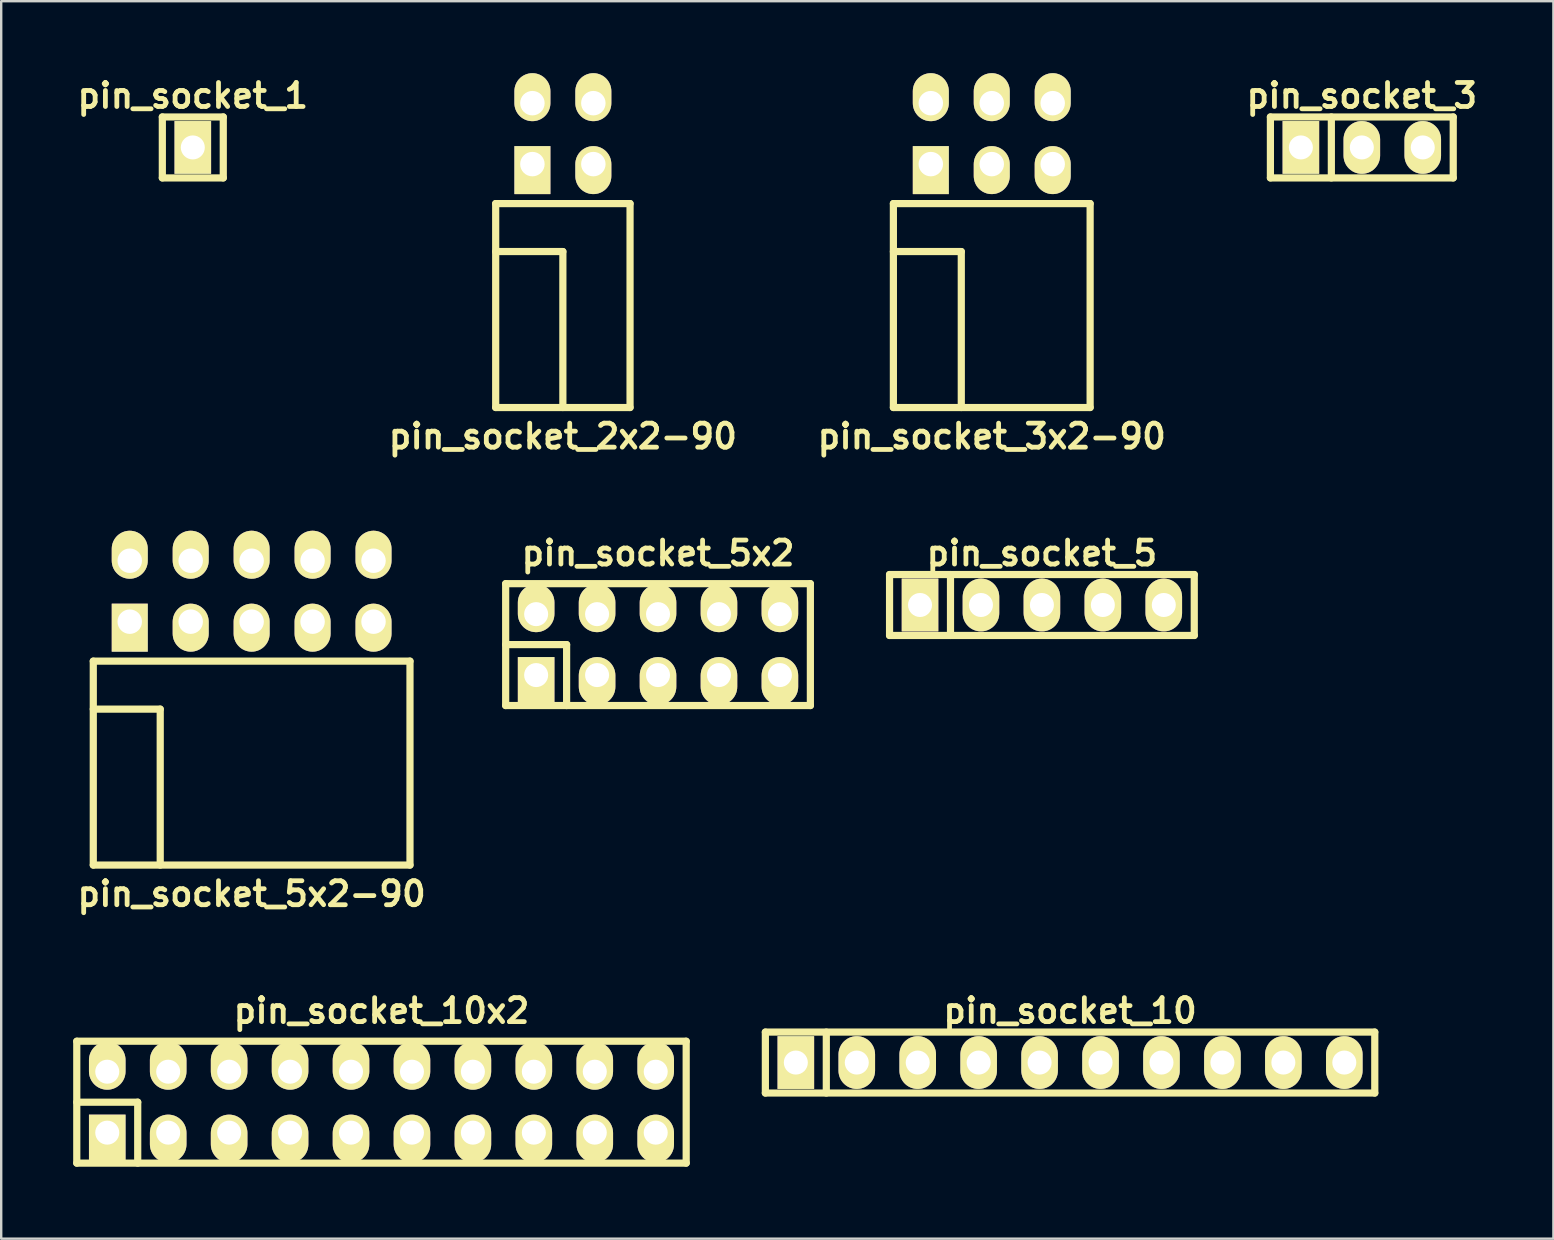
<source format=kicad_pcb>
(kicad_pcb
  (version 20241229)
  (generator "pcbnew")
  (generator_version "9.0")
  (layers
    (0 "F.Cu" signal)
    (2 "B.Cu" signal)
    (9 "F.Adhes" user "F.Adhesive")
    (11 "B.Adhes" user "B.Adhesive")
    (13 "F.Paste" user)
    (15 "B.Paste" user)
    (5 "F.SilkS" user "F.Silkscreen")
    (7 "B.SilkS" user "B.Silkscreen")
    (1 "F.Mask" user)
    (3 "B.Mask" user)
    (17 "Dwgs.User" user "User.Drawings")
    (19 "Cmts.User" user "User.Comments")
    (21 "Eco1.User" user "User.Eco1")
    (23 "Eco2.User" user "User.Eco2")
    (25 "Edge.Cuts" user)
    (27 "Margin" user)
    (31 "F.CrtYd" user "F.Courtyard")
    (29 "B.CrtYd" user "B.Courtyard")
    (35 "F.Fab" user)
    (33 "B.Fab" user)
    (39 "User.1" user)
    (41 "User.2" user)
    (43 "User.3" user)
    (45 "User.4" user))
  (footprint "pin_socket_5"
    (layer "F.Cu")
    (at 40.376 22.166)
    (property "Reference" "pin_socket_5" (at 0 -2.159 0) (layer "F.SilkS") (effects (font (size 1 1) (thickness 0.2))))
    (attr through_hole)
    (fp_line (start -6.35 -1.27) (end 6.35 -1.27) (stroke (width 0.3) (type solid)) (layer "F.SilkS"))
    (fp_line (start -6.35 1.27) (end -6.35 -1.27) (stroke (width 0.3) (type solid)) (layer "F.SilkS"))
    (fp_line (start -3.81 -1.27) (end -3.81 1.27) (stroke (width 0.3) (type solid)) (layer "F.SilkS"))
    (fp_line (start 6.35 -1.27) (end 6.35 1.27) (stroke (width 0.3) (type solid)) (layer "F.SilkS"))
    (fp_line (start 6.35 1.27) (end -6.35 1.27) (stroke (width 0.3) (type solid)) (layer "F.SilkS"))
    (pad "1" thru_hole rect (at -5.08 0) (size 1.524 2.2) (drill 1.001) (layers "*.Cu" "*.Mask" "F.SilkS"))
    (pad "2" thru_hole oval (at -2.54 0) (size 1.524 2.2) (drill 1.001) (layers "*.Cu" "*.Mask" "F.SilkS"))
    (pad "3" thru_hole oval (at 0 0) (size 1.524 2.2) (drill 1.001) (layers "*.Cu" "*.Mask" "F.SilkS"))
    (pad "4" thru_hole oval (at 2.54 0) (size 1.524 2.2) (drill 1.001) (layers "*.Cu" "*.Mask" "F.SilkS"))
    (pad "5" thru_hole oval (at 5.08 0) (size 1.524 2.2) (drill 1.001) (layers "*.Cu" "*.Mask" "F.SilkS")))
  (footprint "pin_socket_5x2-90"
    (layer "F.Cu")
    (at 7.438 26.506)
    (property "Reference" "pin_socket_5x2-90" (at 0 7.7 0) (layer "F.SilkS") (effects (font (size 1 1) (thickness 0.2))))
    (attr through_hole)
    (fp_line (start -6.6 -2) (end -6.6 6.5) (stroke (width 0.3) (type solid)) (layer "F.SilkS"))
    (fp_line (start -6.6 -2) (end 6.6 -2) (stroke (width 0.3) (type solid)) (layer "F.SilkS"))
    (fp_line (start -6.6 0) (end -3.81 0) (stroke (width 0.3) (type solid)) (layer "F.SilkS"))
    (fp_line (start -6.6 6.5) (end 6.6 6.5) (stroke (width 0.3) (type solid)) (layer "F.SilkS"))
    (fp_line (start -3.81 0) (end -3.81 6.5) (stroke (width 0.3) (type solid)) (layer "F.SilkS"))
    (fp_line (start 6.6 -2) (end 6.6 6.5) (stroke (width 0.3) (type solid)) (layer "F.SilkS"))
    (pad "1" thru_hole rect (at -5.08 -3.645) (size 1.5 2) (drill 1.02 (offset 0 0.25)) (layers "*.Cu" "*.Mask" "F.SilkS"))
    (pad "2" thru_hole oval (at -5.08 -6.185) (size 1.5 2) (drill 1.02 (offset 0 -0.25)) (layers "*.Cu" "*.Mask" "F.SilkS"))
    (pad "3" thru_hole oval (at -2.54 -3.645) (size 1.5 2) (drill 1.02 (offset 0 0.25)) (layers "*.Cu" "*.Mask" "F.SilkS"))
    (pad "4" thru_hole oval (at -2.54 -6.185) (size 1.5 2) (drill 1.02 (offset 0 -0.25)) (layers "*.Cu" "*.Mask" "F.SilkS"))
    (pad "5" thru_hole oval (at 0 -3.645) (size 1.5 2) (drill 1.02 (offset 0 0.25)) (layers "*.Cu" "*.Mask" "F.SilkS"))
    (pad "6" thru_hole oval (at 0 -6.185) (size 1.5 2) (drill 1.02 (offset 0 -0.25)) (layers "*.Cu" "*.Mask" "F.SilkS"))
    (pad "7" thru_hole oval (at 2.54 -3.645) (size 1.5 2) (drill 1.02 (offset 0 0.25)) (layers "*.Cu" "*.Mask" "F.SilkS"))
    (pad "8" thru_hole oval (at 2.54 -6.185) (size 1.5 2) (drill 1.02 (offset 0 -0.25)) (layers "*.Cu" "*.Mask" "F.SilkS"))
    (pad "9" thru_hole oval (at 5.08 -3.645) (size 1.5 2) (drill 1.02 (offset 0 0.25)) (layers "*.Cu" "*.Mask" "F.SilkS"))
    (pad "10" thru_hole oval (at 5.08 -6.185) (size 1.5 2) (drill 1.02 (offset 0 -0.25)) (layers "*.Cu" "*.Mask" "F.SilkS")))
  (footprint "pin_socket_10x2"
    (layer "F.Cu")
    (at 12.85 42.888)
    (property "Reference" "pin_socket_10x2" (at 0 -3.81 0) (layer "F.SilkS") (effects (font (size 1 1) (thickness 0.2))))
    (attr through_hole)
    (fp_line (start -12.7 -2.54) (end -12.7 2.54) (stroke (width 0.3) (type solid)) (layer "F.SilkS"))
    (fp_line (start -12.7 0) (end -10.16 0) (stroke (width 0.3) (type solid)) (layer "F.SilkS"))
    (fp_line (start -12.7 2.54) (end 12.7 2.54) (stroke (width 0.3) (type solid)) (layer "F.SilkS"))
    (fp_line (start -10.16 0) (end -10.16 2.54) (stroke (width 0.3) (type solid)) (layer "F.SilkS"))
    (fp_line (start 12.7 -2.54) (end -12.7 -2.54) (stroke (width 0.3) (type solid)) (layer "F.SilkS"))
    (fp_line (start 12.7 2.54) (end 12.7 -2.54) (stroke (width 0.3) (type solid)) (layer "F.SilkS"))
    (pad "1" thru_hole rect (at -11.43 1.27) (size 1.524 1.999) (drill 1.001 (offset 0 0.249)) (layers "*.Cu" "*.Mask" "F.SilkS"))
    (pad "2" thru_hole oval (at -11.43 -1.27) (size 1.524 1.999) (drill 1.001 (offset 0 -0.249)) (layers "*.Cu" "*.Mask" "F.SilkS"))
    (pad "3" thru_hole oval (at -8.89 1.27) (size 1.524 1.999) (drill 1.001 (offset 0 0.249)) (layers "*.Cu" "*.Mask" "F.SilkS"))
    (pad "4" thru_hole oval (at -8.89 -1.27) (size 1.524 1.999) (drill 1.001 (offset 0 -0.249)) (layers "*.Cu" "*.Mask" "F.SilkS"))
    (pad "5" thru_hole oval (at -6.35 1.27) (size 1.524 1.999) (drill 1.001 (offset 0 0.249)) (layers "*.Cu" "*.Mask" "F.SilkS"))
    (pad "6" thru_hole oval (at -6.35 -1.27) (size 1.524 1.999) (drill 1.001 (offset 0 -0.249)) (layers "*.Cu" "*.Mask" "F.SilkS"))
    (pad "7" thru_hole oval (at -3.81 1.27) (size 1.524 1.999) (drill 1.001 (offset 0 0.249)) (layers "*.Cu" "*.Mask" "F.SilkS"))
    (pad "8" thru_hole oval (at -3.81 -1.27) (size 1.524 1.999) (drill 1.001 (offset 0 -0.249)) (layers "*.Cu" "*.Mask" "F.SilkS"))
    (pad "9" thru_hole oval (at -1.27 1.27) (size 1.524 1.999) (drill 1.001 (offset 0 0.249)) (layers "*.Cu" "*.Mask" "F.SilkS"))
    (pad "10" thru_hole oval (at -1.27 -1.27) (size 1.524 1.999) (drill 1.001 (offset 0 -0.249)) (layers "*.Cu" "*.Mask" "F.SilkS"))
    (pad "11" thru_hole oval (at 1.27 1.27) (size 1.524 1.999) (drill 1.001 (offset 0 0.249)) (layers "*.Cu" "*.Mask" "F.SilkS"))
    (pad "12" thru_hole oval (at 1.27 -1.27) (size 1.524 1.999) (drill 1.001 (offset 0 -0.249)) (layers "*.Cu" "*.Mask" "F.SilkS"))
    (pad "13" thru_hole oval (at 3.81 1.27) (size 1.524 1.999) (drill 1.001 (offset 0 0.249)) (layers "*.Cu" "*.Mask" "F.SilkS"))
    (pad "14" thru_hole oval (at 3.81 -1.27) (size 1.524 1.999) (drill 1.001 (offset 0 -0.249)) (layers "*.Cu" "*.Mask" "F.SilkS"))
    (pad "15" thru_hole oval (at 6.35 1.27) (size 1.524 1.999) (drill 1.001 (offset 0 0.249)) (layers "*.Cu" "*.Mask" "F.SilkS"))
    (pad "16" thru_hole oval (at 6.35 -1.27) (size 1.524 1.999) (drill 1.001 (offset 0 -0.249)) (layers "*.Cu" "*.Mask" "F.SilkS"))
    (pad "17" thru_hole oval (at 8.89 1.27) (size 1.524 1.999) (drill 1.001 (offset 0 0.249)) (layers "*.Cu" "*.Mask" "F.SilkS"))
    (pad "18" thru_hole oval (at 8.89 -1.27) (size 1.524 1.999) (drill 1.001 (offset 0 -0.249)) (layers "*.Cu" "*.Mask" "F.SilkS"))
    (pad "19" thru_hole oval (at 11.43 1.27) (size 1.524 1.999) (drill 1.001 (offset 0 0.249)) (layers "*.Cu" "*.Mask" "F.SilkS"))
    (pad "20" thru_hole oval (at 11.43 -1.27) (size 1.524 1.999) (drill 1.001 (offset 0 -0.249)) (layers "*.Cu" "*.Mask" "F.SilkS")))
  (footprint "pin_socket_2x2-90"
    (layer "F.Cu")
    (at 20.41 7.435)
    (property "Reference" "pin_socket_2x2-90" (at 0 7.7 0) (layer "F.SilkS") (effects (font (size 1 1) (thickness 0.2))))
    (attr through_hole)
    (fp_line (start -2.8 -2) (end -2.8 6.5) (stroke (width 0.3) (type solid)) (layer "F.SilkS"))
    (fp_line (start -2.8 -2) (end 2.8 -2) (stroke (width 0.3) (type solid)) (layer "F.SilkS"))
    (fp_line (start -2.8 0) (end 0 0) (stroke (width 0.3) (type solid)) (layer "F.SilkS"))
    (fp_line (start -2.8 6.5) (end 2.8 6.5) (stroke (width 0.3) (type solid)) (layer "F.SilkS"))
    (fp_line (start 0 0) (end 0 6.5) (stroke (width 0.3) (type solid)) (layer "F.SilkS"))
    (fp_line (start 2.8 -2) (end 2.8 6.5) (stroke (width 0.3) (type solid)) (layer "F.SilkS"))
    (pad "1" thru_hole rect (at -1.27 -3.645) (size 1.5 2) (drill 1.02 (offset 0 0.25)) (layers "*.Cu" "*.Mask" "F.SilkS"))
    (pad "2" thru_hole oval (at -1.27 -6.185) (size 1.5 2) (drill 1.02 (offset 0 -0.25)) (layers "*.Cu" "*.Mask" "F.SilkS"))
    (pad "3" thru_hole oval (at 1.27 -3.645) (size 1.5 2) (drill 1.02 (offset 0 0.25)) (layers "*.Cu" "*.Mask" "F.SilkS"))
    (pad "4" thru_hole oval (at 1.27 -6.185) (size 1.5 2) (drill 1.02 (offset 0 -0.25)) (layers "*.Cu" "*.Mask" "F.SilkS")))
  (footprint "pin_socket_10"
    (layer "F.Cu")
    (at 41.55 41.237)
    (property "Reference" "pin_socket_10" (at 0 -2.159 0) (layer "F.SilkS") (effects (font (size 1 1) (thickness 0.2))))
    (attr through_hole)
    (fp_line (start -12.7 -1.27) (end 12.7 -1.27) (stroke (width 0.3) (type solid)) (layer "F.SilkS"))
    (fp_line (start -12.7 1.27) (end -12.7 -1.27) (stroke (width 0.3) (type solid)) (layer "F.SilkS"))
    (fp_line (start -10.16 -1.27) (end -10.16 1.27) (stroke (width 0.3) (type solid)) (layer "F.SilkS"))
    (fp_line (start 12.7 -1.27) (end 12.7 1.27) (stroke (width 0.3) (type solid)) (layer "F.SilkS"))
    (fp_line (start 12.7 1.27) (end -12.7 1.27) (stroke (width 0.3) (type solid)) (layer "F.SilkS"))
    (pad "1" thru_hole rect (at -11.43 0) (size 1.524 2.2) (drill 1.001) (layers "*.Cu" "*.Mask" "F.SilkS"))
    (pad "2" thru_hole oval (at -8.89 0) (size 1.524 2.2) (drill 1.001) (layers "*.Cu" "*.Mask" "F.SilkS"))
    (pad "3" thru_hole oval (at -6.35 0) (size 1.524 2.2) (drill 1.001) (layers "*.Cu" "*.Mask" "F.SilkS"))
    (pad "4" thru_hole oval (at -3.81 0) (size 1.524 2.2) (drill 1.001) (layers "*.Cu" "*.Mask" "F.SilkS"))
    (pad "5" thru_hole oval (at -1.27 0) (size 1.524 2.2) (drill 1.001) (layers "*.Cu" "*.Mask" "F.SilkS"))
    (pad "6" thru_hole oval (at 1.27 0) (size 1.524 2.2) (drill 1.001) (layers "*.Cu" "*.Mask" "F.SilkS"))
    (pad "7" thru_hole oval (at 3.81 0) (size 1.524 2.2) (drill 1.001) (layers "*.Cu" "*.Mask" "F.SilkS"))
    (pad "8" thru_hole oval (at 6.35 0) (size 1.524 2.2) (drill 1.001) (layers "*.Cu" "*.Mask" "F.SilkS"))
    (pad "9" thru_hole oval (at 8.89 0) (size 1.524 2.2) (drill 1.001) (layers "*.Cu" "*.Mask" "F.SilkS"))
    (pad "10" thru_hole oval (at 11.43 0) (size 1.524 2.2) (drill 1.001) (layers "*.Cu" "*.Mask" "F.SilkS")))
  (footprint "pin_socket_5x2"
    (layer "F.Cu")
    (at 24.376 23.817)
    (property "Reference" "pin_socket_5x2" (at 0 -3.81 0) (layer "F.SilkS") (effects (font (size 1 1) (thickness 0.2))))
    (attr through_hole)
    (fp_line (start -6.35 -2.54) (end -6.35 2.54) (stroke (width 0.3) (type solid)) (layer "F.SilkS"))
    (fp_line (start -6.35 -2.54) (end 6.35 -2.54) (stroke (width 0.3) (type solid)) (layer "F.SilkS"))
    (fp_line (start -6.35 0) (end -3.81 0) (stroke (width 0.3) (type solid)) (layer "F.SilkS"))
    (fp_line (start -3.81 0) (end -3.81 2.54) (stroke (width 0.3) (type solid)) (layer "F.SilkS"))
    (fp_line (start 6.35 -2.54) (end 6.35 2.54) (stroke (width 0.3) (type solid)) (layer "F.SilkS"))
    (fp_line (start 6.35 2.54) (end -6.35 2.54) (stroke (width 0.3) (type solid)) (layer "F.SilkS"))
    (pad "1" thru_hole rect (at -5.08 1.27) (size 1.524 1.999) (drill 1.001 (offset 0 0.249)) (layers "*.Cu" "*.Mask" "F.SilkS"))
    (pad "2" thru_hole oval (at -5.08 -1.27) (size 1.524 1.999) (drill 1.001 (offset 0 -0.249)) (layers "*.Cu" "*.Mask" "F.SilkS"))
    (pad "3" thru_hole oval (at -2.54 1.27) (size 1.524 1.999) (drill 1.001 (offset 0 0.249)) (layers "*.Cu" "*.Mask" "F.SilkS"))
    (pad "4" thru_hole oval (at -2.54 -1.27) (size 1.524 1.999) (drill 1.001 (offset 0 -0.249)) (layers "*.Cu" "*.Mask" "F.SilkS"))
    (pad "5" thru_hole oval (at 0 1.27) (size 1.524 1.999) (drill 1.001 (offset 0 0.249)) (layers "*.Cu" "*.Mask" "F.SilkS"))
    (pad "6" thru_hole oval (at 0 -1.27) (size 1.524 1.999) (drill 1.001 (offset 0 -0.249)) (layers "*.Cu" "*.Mask" "F.SilkS"))
    (pad "7" thru_hole oval (at 2.54 1.27) (size 1.524 1.999) (drill 1.001 (offset 0 0.249)) (layers "*.Cu" "*.Mask" "F.SilkS"))
    (pad "8" thru_hole oval (at 2.54 -1.27) (size 1.524 1.999) (drill 1.001 (offset 0 -0.249)) (layers "*.Cu" "*.Mask" "F.SilkS"))
    (pad "9" thru_hole oval (at 5.08 1.27) (size 1.524 1.999) (drill 1.001 (offset 0 0.249)) (layers "*.Cu" "*.Mask" "F.SilkS"))
    (pad "10" thru_hole oval (at 5.08 -1.27) (size 1.524 1.999) (drill 1.001 (offset 0 -0.249)) (layers "*.Cu" "*.Mask" "F.SilkS")))
  (footprint "pin_socket_1"
    (layer "F.Cu")
    (at 4.986 3.095)
    (property "Reference" "pin_socket_1" (at 0 -2.159 0) (layer "F.SilkS") (effects (font (size 1 1) (thickness 0.2))))
    (attr through_hole)
    (fp_line (start -1.27 -1.27) (end 1.27 -1.27) (stroke (width 0.3) (type solid)) (layer "F.SilkS"))
    (fp_line (start -1.27 1.27) (end -1.27 -1.27) (stroke (width 0.3) (type solid)) (layer "F.SilkS"))
    (fp_line (start 1.27 -1.27) (end 1.27 1.27) (stroke (width 0.3) (type solid)) (layer "F.SilkS"))
    (fp_line (start 1.27 1.27) (end -1.27 1.27) (stroke (width 0.3) (type solid)) (layer "F.SilkS"))
    (pad "1" thru_hole rect (at 0 0) (size 1.524 2.2) (drill 1.001) (layers "*.Cu" "*.Mask" "F.SilkS")))
  (footprint "pin_socket_3"
    (layer "F.Cu")
    (at 53.71 3.095)
    (property "Reference" "pin_socket_3" (at 0 -2.159 0) (layer "F.SilkS") (effects (font (size 1 1) (thickness 0.2))))
    (attr through_hole)
    (fp_line (start -3.81 -1.27) (end 3.81 -1.27) (stroke (width 0.3) (type solid)) (layer "F.SilkS"))
    (fp_line (start -3.81 1.27) (end -3.81 -1.27) (stroke (width 0.3) (type solid)) (layer "F.SilkS"))
    (fp_line (start -1.27 1.27) (end -1.27 -1.27) (stroke (width 0.3) (type solid)) (layer "F.SilkS"))
    (fp_line (start 3.81 -1.27) (end 3.81 1.27) (stroke (width 0.3) (type solid)) (layer "F.SilkS"))
    (fp_line (start 3.81 1.27) (end -3.81 1.27) (stroke (width 0.3) (type solid)) (layer "F.SilkS"))
    (pad "1" thru_hole rect (at -2.54 0) (size 1.524 2.2) (drill 1.001) (layers "*.Cu" "*.Mask" "F.SilkS"))
    (pad "2" thru_hole oval (at 0 0) (size 1.524 2.2) (drill 1.001) (layers "*.Cu" "*.Mask" "F.SilkS"))
    (pad "3" thru_hole oval (at 2.54 0) (size 1.524 2.2) (drill 1.001) (layers "*.Cu" "*.Mask" "F.SilkS")))
  (footprint "pin_socket_3x2-90"
    (layer "F.Cu")
    (at 38.286 7.435)
    (property "Reference" "pin_socket_3x2-90" (at 0 7.7 0) (layer "F.SilkS") (effects (font (size 1 1) (thickness 0.2))))
    (attr through_hole)
    (fp_line (start -4.1 -2) (end -4.1 6.5) (stroke (width 0.3) (type solid)) (layer "F.SilkS"))
    (fp_line (start -4.1 -2) (end 4.1 -2) (stroke (width 0.3) (type solid)) (layer "F.SilkS"))
    (fp_line (start -4.1 0) (end -1.27 0) (stroke (width 0.3) (type solid)) (layer "F.SilkS"))
    (fp_line (start -4.1 6.5) (end 4.1 6.5) (stroke (width 0.3) (type solid)) (layer "F.SilkS"))
    (fp_line (start -1.27 0) (end -1.27 6.5) (stroke (width 0.3) (type solid)) (layer "F.SilkS"))
    (fp_line (start 4.1 -2) (end 4.1 6.5) (stroke (width 0.3) (type solid)) (layer "F.SilkS"))
    (pad "1" thru_hole rect (at -2.54 -3.645) (size 1.5 2) (drill 1.02 (offset 0 0.25)) (layers "*.Cu" "*.Mask" "F.SilkS"))
    (pad "2" thru_hole oval (at -2.54 -6.185) (size 1.5 2) (drill 1.02 (offset 0 -0.25)) (layers "*.Cu" "*.Mask" "F.SilkS"))
    (pad "3" thru_hole oval (at 0 -3.645) (size 1.5 2) (drill 1.02 (offset 0 0.25)) (layers "*.Cu" "*.Mask" "F.SilkS"))
    (pad "4" thru_hole oval (at 0 -6.185) (size 1.5 2) (drill 1.02 (offset 0 -0.25)) (layers "*.Cu" "*.Mask" "F.SilkS"))
    (pad "5" thru_hole oval (at 2.54 -3.645) (size 1.5 2) (drill 1.02 (offset 0 0.25)) (layers "*.Cu" "*.Mask" "F.SilkS"))
    (pad "6" thru_hole oval (at 2.54 -6.185) (size 1.5 2) (drill 1.02 (offset 0 -0.25)) (layers "*.Cu" "*.Mask" "F.SilkS")))
  (gr_rect
    (start -3 -3)
    (end 61.695 48.578)
    (stroke (width 0.1) (type default))
    (fill no)
    (layer "Edge.Cuts")))
</source>
